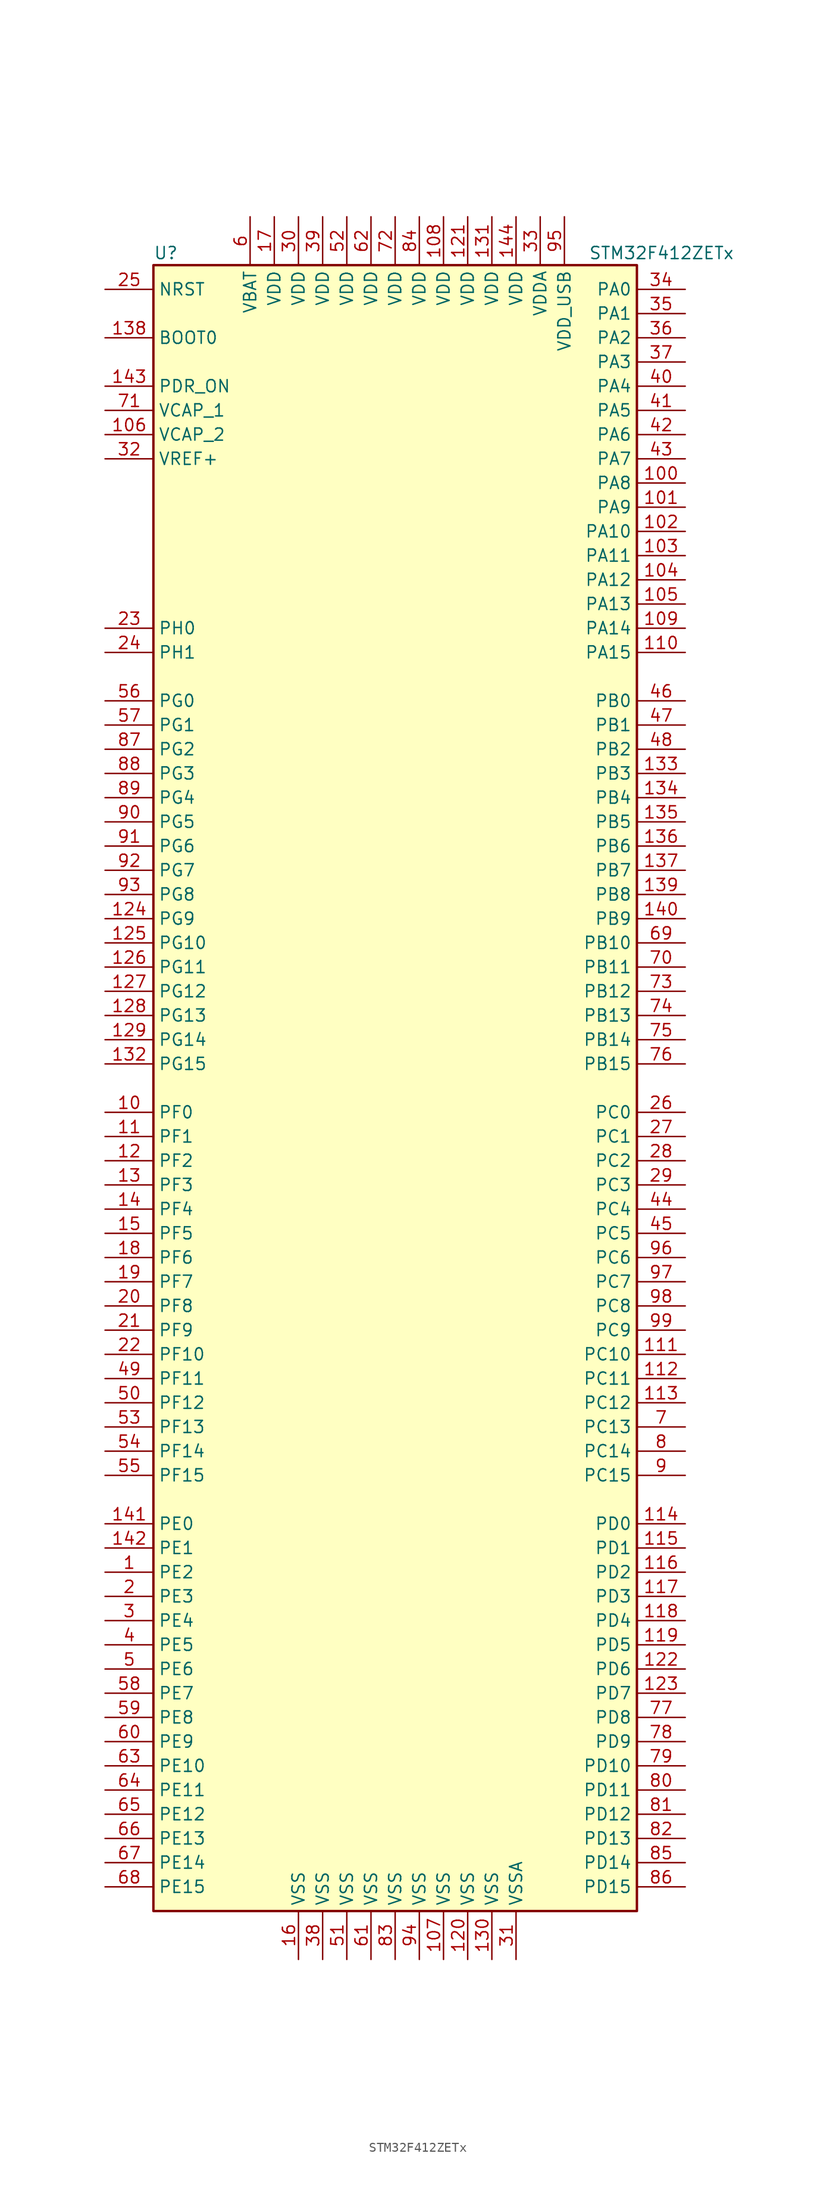
<source format=kicad_sym>
(kicad_symbol_lib
  (version 20201005)
  (generator kicad_symbol_editor)
  (symbol "STM32F412ZETx"
    (property "Reference" "U"
      (at -25.4 87.63 0)
      (effects (font (size 1.27 1.27)) (justify left)))
    (property "Value" "STM32F412ZETx"
      (at 20.32 87.63 0)
      (effects (font (size 1.27 1.27)) (justify left)))
    (symbol "STM32F412ZETx_0_1"
      (rectangle (start -25.4 -86.36) (end 25.4 86.36) (stroke (width 0.254)) (fill (type background))))
    (symbol "STM32F412ZETx_1_1"
      (pin input line (at -30.48 78.74 0) (length 5.08) (name "BOOT0" (effects (font (size 1.27 1.27)))) (number "138" (effects (font (size 1.27 1.27)))))
      (pin input line (at -30.48 83.82 0) (length 5.08) (name "NRST" (effects (font (size 1.27 1.27)))) (number "25" (effects (font (size 1.27 1.27)))))
      (pin bidirectional line (at 30.48 83.82 180) (length 5.08) (name "PA0" (effects (font (size 1.27 1.27)))) (number "34" (effects (font (size 1.27 1.27)))))
      (pin bidirectional line (at 30.48 81.28 180) (length 5.08) (name "PA1" (effects (font (size 1.27 1.27)))) (number "35" (effects (font (size 1.27 1.27)))))
      (pin bidirectional line (at 30.48 58.42 180) (length 5.08) (name "PA10" (effects (font (size 1.27 1.27)))) (number "102" (effects (font (size 1.27 1.27)))))
      (pin bidirectional line (at 30.48 55.88 180) (length 5.08) (name "PA11" (effects (font (size 1.27 1.27)))) (number "103" (effects (font (size 1.27 1.27)))))
      (pin bidirectional line (at 30.48 53.34 180) (length 5.08) (name "PA12" (effects (font (size 1.27 1.27)))) (number "104" (effects (font (size 1.27 1.27)))))
      (pin bidirectional line (at 30.48 50.8 180) (length 5.08) (name "PA13" (effects (font (size 1.27 1.27)))) (number "105" (effects (font (size 1.27 1.27)))))
      (pin bidirectional line (at 30.48 48.26 180) (length 5.08) (name "PA14" (effects (font (size 1.27 1.27)))) (number "109" (effects (font (size 1.27 1.27)))))
      (pin bidirectional line (at 30.48 45.72 180) (length 5.08) (name "PA15" (effects (font (size 1.27 1.27)))) (number "110" (effects (font (size 1.27 1.27)))))
      (pin bidirectional line (at 30.48 78.74 180) (length 5.08) (name "PA2" (effects (font (size 1.27 1.27)))) (number "36" (effects (font (size 1.27 1.27)))))
      (pin bidirectional line (at 30.48 76.2 180) (length 5.08) (name "PA3" (effects (font (size 1.27 1.27)))) (number "37" (effects (font (size 1.27 1.27)))))
      (pin bidirectional line (at 30.48 73.66 180) (length 5.08) (name "PA4" (effects (font (size 1.27 1.27)))) (number "40" (effects (font (size 1.27 1.27)))))
      (pin bidirectional line (at 30.48 71.12 180) (length 5.08) (name "PA5" (effects (font (size 1.27 1.27)))) (number "41" (effects (font (size 1.27 1.27)))))
      (pin bidirectional line (at 30.48 68.58 180) (length 5.08) (name "PA6" (effects (font (size 1.27 1.27)))) (number "42" (effects (font (size 1.27 1.27)))))
      (pin bidirectional line (at 30.48 66.04 180) (length 5.08) (name "PA7" (effects (font (size 1.27 1.27)))) (number "43" (effects (font (size 1.27 1.27)))))
      (pin bidirectional line (at 30.48 63.5 180) (length 5.08) (name "PA8" (effects (font (size 1.27 1.27)))) (number "100" (effects (font (size 1.27 1.27)))))
      (pin bidirectional line (at 30.48 60.96 180) (length 5.08) (name "PA9" (effects (font (size 1.27 1.27)))) (number "101" (effects (font (size 1.27 1.27)))))
      (pin bidirectional line (at 30.48 40.64 180) (length 5.08) (name "PB0" (effects (font (size 1.27 1.27)))) (number "46" (effects (font (size 1.27 1.27)))))
      (pin bidirectional line (at 30.48 38.1 180) (length 5.08) (name "PB1" (effects (font (size 1.27 1.27)))) (number "47" (effects (font (size 1.27 1.27)))))
      (pin bidirectional line (at 30.48 15.24 180) (length 5.08) (name "PB10" (effects (font (size 1.27 1.27)))) (number "69" (effects (font (size 1.27 1.27)))))
      (pin bidirectional line (at 30.48 12.7 180) (length 5.08) (name "PB11" (effects (font (size 1.27 1.27)))) (number "70" (effects (font (size 1.27 1.27)))))
      (pin bidirectional line (at 30.48 10.16 180) (length 5.08) (name "PB12" (effects (font (size 1.27 1.27)))) (number "73" (effects (font (size 1.27 1.27)))))
      (pin bidirectional line (at 30.48 7.62 180) (length 5.08) (name "PB13" (effects (font (size 1.27 1.27)))) (number "74" (effects (font (size 1.27 1.27)))))
      (pin bidirectional line (at 30.48 5.08 180) (length 5.08) (name "PB14" (effects (font (size 1.27 1.27)))) (number "75" (effects (font (size 1.27 1.27)))))
      (pin bidirectional line (at 30.48 2.54 180) (length 5.08) (name "PB15" (effects (font (size 1.27 1.27)))) (number "76" (effects (font (size 1.27 1.27)))))
      (pin bidirectional line (at 30.48 35.56 180) (length 5.08) (name "PB2" (effects (font (size 1.27 1.27)))) (number "48" (effects (font (size 1.27 1.27)))))
      (pin bidirectional line (at 30.48 33.02 180) (length 5.08) (name "PB3" (effects (font (size 1.27 1.27)))) (number "133" (effects (font (size 1.27 1.27)))))
      (pin bidirectional line (at 30.48 30.48 180) (length 5.08) (name "PB4" (effects (font (size 1.27 1.27)))) (number "134" (effects (font (size 1.27 1.27)))))
      (pin bidirectional line (at 30.48 27.94 180) (length 5.08) (name "PB5" (effects (font (size 1.27 1.27)))) (number "135" (effects (font (size 1.27 1.27)))))
      (pin bidirectional line (at 30.48 25.4 180) (length 5.08) (name "PB6" (effects (font (size 1.27 1.27)))) (number "136" (effects (font (size 1.27 1.27)))))
      (pin bidirectional line (at 30.48 22.86 180) (length 5.08) (name "PB7" (effects (font (size 1.27 1.27)))) (number "137" (effects (font (size 1.27 1.27)))))
      (pin bidirectional line (at 30.48 20.32 180) (length 5.08) (name "PB8" (effects (font (size 1.27 1.27)))) (number "139" (effects (font (size 1.27 1.27)))))
      (pin bidirectional line (at 30.48 17.78 180) (length 5.08) (name "PB9" (effects (font (size 1.27 1.27)))) (number "140" (effects (font (size 1.27 1.27)))))
      (pin bidirectional line (at 30.48 -2.54 180) (length 5.08) (name "PC0" (effects (font (size 1.27 1.27)))) (number "26" (effects (font (size 1.27 1.27)))))
      (pin bidirectional line (at 30.48 -5.08 180) (length 5.08) (name "PC1" (effects (font (size 1.27 1.27)))) (number "27" (effects (font (size 1.27 1.27)))))
      (pin bidirectional line (at 30.48 -27.94 180) (length 5.08) (name "PC10" (effects (font (size 1.27 1.27)))) (number "111" (effects (font (size 1.27 1.27)))))
      (pin bidirectional line (at 30.48 -30.48 180) (length 5.08) (name "PC11" (effects (font (size 1.27 1.27)))) (number "112" (effects (font (size 1.27 1.27)))))
      (pin bidirectional line (at 30.48 -33.02 180) (length 5.08) (name "PC12" (effects (font (size 1.27 1.27)))) (number "113" (effects (font (size 1.27 1.27)))))
      (pin bidirectional line (at 30.48 -35.56 180) (length 5.08) (name "PC13" (effects (font (size 1.27 1.27)))) (number "7" (effects (font (size 1.27 1.27)))))
      (pin bidirectional line (at 30.48 -38.1 180) (length 5.08) (name "PC14" (effects (font (size 1.27 1.27)))) (number "8" (effects (font (size 1.27 1.27)))))
      (pin bidirectional line (at 30.48 -40.64 180) (length 5.08) (name "PC15" (effects (font (size 1.27 1.27)))) (number "9" (effects (font (size 1.27 1.27)))))
      (pin bidirectional line (at 30.48 -7.62 180) (length 5.08) (name "PC2" (effects (font (size 1.27 1.27)))) (number "28" (effects (font (size 1.27 1.27)))))
      (pin bidirectional line (at 30.48 -10.16 180) (length 5.08) (name "PC3" (effects (font (size 1.27 1.27)))) (number "29" (effects (font (size 1.27 1.27)))))
      (pin bidirectional line (at 30.48 -12.7 180) (length 5.08) (name "PC4" (effects (font (size 1.27 1.27)))) (number "44" (effects (font (size 1.27 1.27)))))
      (pin bidirectional line (at 30.48 -15.24 180) (length 5.08) (name "PC5" (effects (font (size 1.27 1.27)))) (number "45" (effects (font (size 1.27 1.27)))))
      (pin bidirectional line (at 30.48 -17.78 180) (length 5.08) (name "PC6" (effects (font (size 1.27 1.27)))) (number "96" (effects (font (size 1.27 1.27)))))
      (pin bidirectional line (at 30.48 -20.32 180) (length 5.08) (name "PC7" (effects (font (size 1.27 1.27)))) (number "97" (effects (font (size 1.27 1.27)))))
      (pin bidirectional line (at 30.48 -22.86 180) (length 5.08) (name "PC8" (effects (font (size 1.27 1.27)))) (number "98" (effects (font (size 1.27 1.27)))))
      (pin bidirectional line (at 30.48 -25.4 180) (length 5.08) (name "PC9" (effects (font (size 1.27 1.27)))) (number "99" (effects (font (size 1.27 1.27)))))
      (pin bidirectional line (at 30.48 -45.72 180) (length 5.08) (name "PD0" (effects (font (size 1.27 1.27)))) (number "114" (effects (font (size 1.27 1.27)))))
      (pin bidirectional line (at 30.48 -48.26 180) (length 5.08) (name "PD1" (effects (font (size 1.27 1.27)))) (number "115" (effects (font (size 1.27 1.27)))))
      (pin bidirectional line (at 30.48 -71.12 180) (length 5.08) (name "PD10" (effects (font (size 1.27 1.27)))) (number "79" (effects (font (size 1.27 1.27)))))
      (pin bidirectional line (at 30.48 -73.66 180) (length 5.08) (name "PD11" (effects (font (size 1.27 1.27)))) (number "80" (effects (font (size 1.27 1.27)))))
      (pin bidirectional line (at 30.48 -76.2 180) (length 5.08) (name "PD12" (effects (font (size 1.27 1.27)))) (number "81" (effects (font (size 1.27 1.27)))))
      (pin bidirectional line (at 30.48 -78.74 180) (length 5.08) (name "PD13" (effects (font (size 1.27 1.27)))) (number "82" (effects (font (size 1.27 1.27)))))
      (pin bidirectional line (at 30.48 -81.28 180) (length 5.08) (name "PD14" (effects (font (size 1.27 1.27)))) (number "85" (effects (font (size 1.27 1.27)))))
      (pin bidirectional line (at 30.48 -83.82 180) (length 5.08) (name "PD15" (effects (font (size 1.27 1.27)))) (number "86" (effects (font (size 1.27 1.27)))))
      (pin bidirectional line (at 30.48 -50.8 180) (length 5.08) (name "PD2" (effects (font (size 1.27 1.27)))) (number "116" (effects (font (size 1.27 1.27)))))
      (pin bidirectional line (at 30.48 -53.34 180) (length 5.08) (name "PD3" (effects (font (size 1.27 1.27)))) (number "117" (effects (font (size 1.27 1.27)))))
      (pin bidirectional line (at 30.48 -55.88 180) (length 5.08) (name "PD4" (effects (font (size 1.27 1.27)))) (number "118" (effects (font (size 1.27 1.27)))))
      (pin bidirectional line (at 30.48 -58.42 180) (length 5.08) (name "PD5" (effects (font (size 1.27 1.27)))) (number "119" (effects (font (size 1.27 1.27)))))
      (pin bidirectional line (at 30.48 -60.96 180) (length 5.08) (name "PD6" (effects (font (size 1.27 1.27)))) (number "122" (effects (font (size 1.27 1.27)))))
      (pin bidirectional line (at 30.48 -63.5 180) (length 5.08) (name "PD7" (effects (font (size 1.27 1.27)))) (number "123" (effects (font (size 1.27 1.27)))))
      (pin bidirectional line (at 30.48 -66.04 180) (length 5.08) (name "PD8" (effects (font (size 1.27 1.27)))) (number "77" (effects (font (size 1.27 1.27)))))
      (pin bidirectional line (at 30.48 -68.58 180) (length 5.08) (name "PD9" (effects (font (size 1.27 1.27)))) (number "78" (effects (font (size 1.27 1.27)))))
      (pin power_in line (at -30.48 73.66 0) (length 5.08) (name "PDR_ON" (effects (font (size 1.27 1.27)))) (number "143" (effects (font (size 1.27 1.27)))))
      (pin bidirectional line (at -30.48 -45.72 0) (length 5.08) (name "PE0" (effects (font (size 1.27 1.27)))) (number "141" (effects (font (size 1.27 1.27)))))
      (pin bidirectional line (at -30.48 -48.26 0) (length 5.08) (name "PE1" (effects (font (size 1.27 1.27)))) (number "142" (effects (font (size 1.27 1.27)))))
      (pin bidirectional line (at -30.48 -71.12 0) (length 5.08) (name "PE10" (effects (font (size 1.27 1.27)))) (number "63" (effects (font (size 1.27 1.27)))))
      (pin bidirectional line (at -30.48 -73.66 0) (length 5.08) (name "PE11" (effects (font (size 1.27 1.27)))) (number "64" (effects (font (size 1.27 1.27)))))
      (pin bidirectional line (at -30.48 -76.2 0) (length 5.08) (name "PE12" (effects (font (size 1.27 1.27)))) (number "65" (effects (font (size 1.27 1.27)))))
      (pin bidirectional line (at -30.48 -78.74 0) (length 5.08) (name "PE13" (effects (font (size 1.27 1.27)))) (number "66" (effects (font (size 1.27 1.27)))))
      (pin bidirectional line (at -30.48 -81.28 0) (length 5.08) (name "PE14" (effects (font (size 1.27 1.27)))) (number "67" (effects (font (size 1.27 1.27)))))
      (pin bidirectional line (at -30.48 -83.82 0) (length 5.08) (name "PE15" (effects (font (size 1.27 1.27)))) (number "68" (effects (font (size 1.27 1.27)))))
      (pin bidirectional line (at -30.48 -50.8 0) (length 5.08) (name "PE2" (effects (font (size 1.27 1.27)))) (number "1" (effects (font (size 1.27 1.27)))))
      (pin bidirectional line (at -30.48 -53.34 0) (length 5.08) (name "PE3" (effects (font (size 1.27 1.27)))) (number "2" (effects (font (size 1.27 1.27)))))
      (pin bidirectional line (at -30.48 -55.88 0) (length 5.08) (name "PE4" (effects (font (size 1.27 1.27)))) (number "3" (effects (font (size 1.27 1.27)))))
      (pin bidirectional line (at -30.48 -58.42 0) (length 5.08) (name "PE5" (effects (font (size 1.27 1.27)))) (number "4" (effects (font (size 1.27 1.27)))))
      (pin bidirectional line (at -30.48 -60.96 0) (length 5.08) (name "PE6" (effects (font (size 1.27 1.27)))) (number "5" (effects (font (size 1.27 1.27)))))
      (pin bidirectional line (at -30.48 -63.5 0) (length 5.08) (name "PE7" (effects (font (size 1.27 1.27)))) (number "58" (effects (font (size 1.27 1.27)))))
      (pin bidirectional line (at -30.48 -66.04 0) (length 5.08) (name "PE8" (effects (font (size 1.27 1.27)))) (number "59" (effects (font (size 1.27 1.27)))))
      (pin bidirectional line (at -30.48 -68.58 0) (length 5.08) (name "PE9" (effects (font (size 1.27 1.27)))) (number "60" (effects (font (size 1.27 1.27)))))
      (pin bidirectional line (at -30.48 -2.54 0) (length 5.08) (name "PF0" (effects (font (size 1.27 1.27)))) (number "10" (effects (font (size 1.27 1.27)))))
      (pin bidirectional line (at -30.48 -5.08 0) (length 5.08) (name "PF1" (effects (font (size 1.27 1.27)))) (number "11" (effects (font (size 1.27 1.27)))))
      (pin bidirectional line (at -30.48 -27.94 0) (length 5.08) (name "PF10" (effects (font (size 1.27 1.27)))) (number "22" (effects (font (size 1.27 1.27)))))
      (pin bidirectional line (at -30.48 -30.48 0) (length 5.08) (name "PF11" (effects (font (size 1.27 1.27)))) (number "49" (effects (font (size 1.27 1.27)))))
      (pin bidirectional line (at -30.48 -33.02 0) (length 5.08) (name "PF12" (effects (font (size 1.27 1.27)))) (number "50" (effects (font (size 1.27 1.27)))))
      (pin bidirectional line (at -30.48 -35.56 0) (length 5.08) (name "PF13" (effects (font (size 1.27 1.27)))) (number "53" (effects (font (size 1.27 1.27)))))
      (pin bidirectional line (at -30.48 -38.1 0) (length 5.08) (name "PF14" (effects (font (size 1.27 1.27)))) (number "54" (effects (font (size 1.27 1.27)))))
      (pin bidirectional line (at -30.48 -40.64 0) (length 5.08) (name "PF15" (effects (font (size 1.27 1.27)))) (number "55" (effects (font (size 1.27 1.27)))))
      (pin bidirectional line (at -30.48 -7.62 0) (length 5.08) (name "PF2" (effects (font (size 1.27 1.27)))) (number "12" (effects (font (size 1.27 1.27)))))
      (pin bidirectional line (at -30.48 -10.16 0) (length 5.08) (name "PF3" (effects (font (size 1.27 1.27)))) (number "13" (effects (font (size 1.27 1.27)))))
      (pin bidirectional line (at -30.48 -12.7 0) (length 5.08) (name "PF4" (effects (font (size 1.27 1.27)))) (number "14" (effects (font (size 1.27 1.27)))))
      (pin bidirectional line (at -30.48 -15.24 0) (length 5.08) (name "PF5" (effects (font (size 1.27 1.27)))) (number "15" (effects (font (size 1.27 1.27)))))
      (pin bidirectional line (at -30.48 -17.78 0) (length 5.08) (name "PF6" (effects (font (size 1.27 1.27)))) (number "18" (effects (font (size 1.27 1.27)))))
      (pin bidirectional line (at -30.48 -20.32 0) (length 5.08) (name "PF7" (effects (font (size 1.27 1.27)))) (number "19" (effects (font (size 1.27 1.27)))))
      (pin bidirectional line (at -30.48 -22.86 0) (length 5.08) (name "PF8" (effects (font (size 1.27 1.27)))) (number "20" (effects (font (size 1.27 1.27)))))
      (pin bidirectional line (at -30.48 -25.4 0) (length 5.08) (name "PF9" (effects (font (size 1.27 1.27)))) (number "21" (effects (font (size 1.27 1.27)))))
      (pin bidirectional line (at -30.48 40.64 0) (length 5.08) (name "PG0" (effects (font (size 1.27 1.27)))) (number "56" (effects (font (size 1.27 1.27)))))
      (pin bidirectional line (at -30.48 38.1 0) (length 5.08) (name "PG1" (effects (font (size 1.27 1.27)))) (number "57" (effects (font (size 1.27 1.27)))))
      (pin bidirectional line (at -30.48 15.24 0) (length 5.08) (name "PG10" (effects (font (size 1.27 1.27)))) (number "125" (effects (font (size 1.27 1.27)))))
      (pin bidirectional line (at -30.48 12.7 0) (length 5.08) (name "PG11" (effects (font (size 1.27 1.27)))) (number "126" (effects (font (size 1.27 1.27)))))
      (pin bidirectional line (at -30.48 10.16 0) (length 5.08) (name "PG12" (effects (font (size 1.27 1.27)))) (number "127" (effects (font (size 1.27 1.27)))))
      (pin bidirectional line (at -30.48 7.62 0) (length 5.08) (name "PG13" (effects (font (size 1.27 1.27)))) (number "128" (effects (font (size 1.27 1.27)))))
      (pin bidirectional line (at -30.48 5.08 0) (length 5.08) (name "PG14" (effects (font (size 1.27 1.27)))) (number "129" (effects (font (size 1.27 1.27)))))
      (pin bidirectional line (at -30.48 2.54 0) (length 5.08) (name "PG15" (effects (font (size 1.27 1.27)))) (number "132" (effects (font (size 1.27 1.27)))))
      (pin bidirectional line (at -30.48 35.56 0) (length 5.08) (name "PG2" (effects (font (size 1.27 1.27)))) (number "87" (effects (font (size 1.27 1.27)))))
      (pin bidirectional line (at -30.48 33.02 0) (length 5.08) (name "PG3" (effects (font (size 1.27 1.27)))) (number "88" (effects (font (size 1.27 1.27)))))
      (pin bidirectional line (at -30.48 30.48 0) (length 5.08) (name "PG4" (effects (font (size 1.27 1.27)))) (number "89" (effects (font (size 1.27 1.27)))))
      (pin bidirectional line (at -30.48 27.94 0) (length 5.08) (name "PG5" (effects (font (size 1.27 1.27)))) (number "90" (effects (font (size 1.27 1.27)))))
      (pin bidirectional line (at -30.48 25.4 0) (length 5.08) (name "PG6" (effects (font (size 1.27 1.27)))) (number "91" (effects (font (size 1.27 1.27)))))
      (pin bidirectional line (at -30.48 22.86 0) (length 5.08) (name "PG7" (effects (font (size 1.27 1.27)))) (number "92" (effects (font (size 1.27 1.27)))))
      (pin bidirectional line (at -30.48 20.32 0) (length 5.08) (name "PG8" (effects (font (size 1.27 1.27)))) (number "93" (effects (font (size 1.27 1.27)))))
      (pin bidirectional line (at -30.48 17.78 0) (length 5.08) (name "PG9" (effects (font (size 1.27 1.27)))) (number "124" (effects (font (size 1.27 1.27)))))
      (pin input line (at -30.48 48.26 0) (length 5.08) (name "PH0" (effects (font (size 1.27 1.27)))) (number "23" (effects (font (size 1.27 1.27)))))
      (pin input line (at -30.48 45.72 0) (length 5.08) (name "PH1" (effects (font (size 1.27 1.27)))) (number "24" (effects (font (size 1.27 1.27)))))
      (pin power_in line (at -15.24 91.44 270) (length 5.08) (name "VBAT" (effects (font (size 1.27 1.27)))) (number "6" (effects (font (size 1.27 1.27)))))
      (pin power_in line (at -30.48 71.12 0) (length 5.08) (name "VCAP_1" (effects (font (size 1.27 1.27)))) (number "71" (effects (font (size 1.27 1.27)))))
      (pin power_in line (at -30.48 68.58 0) (length 5.08) (name "VCAP_2" (effects (font (size 1.27 1.27)))) (number "106" (effects (font (size 1.27 1.27)))))
      (pin power_in line (at 5.08 91.44 270) (length 5.08) (name "VDD" (effects (font (size 1.27 1.27)))) (number "108" (effects (font (size 1.27 1.27)))))
      (pin power_in line (at 7.62 91.44 270) (length 5.08) (name "VDD" (effects (font (size 1.27 1.27)))) (number "121" (effects (font (size 1.27 1.27)))))
      (pin power_in line (at 10.16 91.44 270) (length 5.08) (name "VDD" (effects (font (size 1.27 1.27)))) (number "131" (effects (font (size 1.27 1.27)))))
      (pin power_in line (at 12.7 91.44 270) (length 5.08) (name "VDD" (effects (font (size 1.27 1.27)))) (number "144" (effects (font (size 1.27 1.27)))))
      (pin power_in line (at -12.7 91.44 270) (length 5.08) (name "VDD" (effects (font (size 1.27 1.27)))) (number "17" (effects (font (size 1.27 1.27)))))
      (pin power_in line (at -10.16 91.44 270) (length 5.08) (name "VDD" (effects (font (size 1.27 1.27)))) (number "30" (effects (font (size 1.27 1.27)))))
      (pin power_in line (at -7.62 91.44 270) (length 5.08) (name "VDD" (effects (font (size 1.27 1.27)))) (number "39" (effects (font (size 1.27 1.27)))))
      (pin power_in line (at -5.08 91.44 270) (length 5.08) (name "VDD" (effects (font (size 1.27 1.27)))) (number "52" (effects (font (size 1.27 1.27)))))
      (pin power_in line (at -2.54 91.44 270) (length 5.08) (name "VDD" (effects (font (size 1.27 1.27)))) (number "62" (effects (font (size 1.27 1.27)))))
      (pin power_in line (at 0 91.44 270) (length 5.08) (name "VDD" (effects (font (size 1.27 1.27)))) (number "72" (effects (font (size 1.27 1.27)))))
      (pin power_in line (at 2.54 91.44 270) (length 5.08) (name "VDD" (effects (font (size 1.27 1.27)))) (number "84" (effects (font (size 1.27 1.27)))))
      (pin power_in line (at 15.24 91.44 270) (length 5.08) (name "VDDA" (effects (font (size 1.27 1.27)))) (number "33" (effects (font (size 1.27 1.27)))))
      (pin power_in line (at 17.78 91.44 270) (length 5.08) (name "VDD_USB" (effects (font (size 1.27 1.27)))) (number "95" (effects (font (size 1.27 1.27)))))
      (pin power_in line (at -30.48 66.04 0) (length 5.08) (name "VREF+" (effects (font (size 1.27 1.27)))) (number "32" (effects (font (size 1.27 1.27)))))
      (pin power_in line (at 5.08 -91.44 90) (length 5.08) (name "VSS" (effects (font (size 1.27 1.27)))) (number "107" (effects (font (size 1.27 1.27)))))
      (pin power_in line (at 7.62 -91.44 90) (length 5.08) (name "VSS" (effects (font (size 1.27 1.27)))) (number "120" (effects (font (size 1.27 1.27)))))
      (pin power_in line (at 10.16 -91.44 90) (length 5.08) (name "VSS" (effects (font (size 1.27 1.27)))) (number "130" (effects (font (size 1.27 1.27)))))
      (pin power_in line (at -10.16 -91.44 90) (length 5.08) (name "VSS" (effects (font (size 1.27 1.27)))) (number "16" (effects (font (size 1.27 1.27)))))
      (pin power_in line (at -7.62 -91.44 90) (length 5.08) (name "VSS" (effects (font (size 1.27 1.27)))) (number "38" (effects (font (size 1.27 1.27)))))
      (pin power_in line (at -5.08 -91.44 90) (length 5.08) (name "VSS" (effects (font (size 1.27 1.27)))) (number "51" (effects (font (size 1.27 1.27)))))
      (pin power_in line (at -2.54 -91.44 90) (length 5.08) (name "VSS" (effects (font (size 1.27 1.27)))) (number "61" (effects (font (size 1.27 1.27)))))
      (pin power_in line (at 0 -91.44 90) (length 5.08) (name "VSS" (effects (font (size 1.27 1.27)))) (number "83" (effects (font (size 1.27 1.27)))))
      (pin power_in line (at 2.54 -91.44 90) (length 5.08) (name "VSS" (effects (font (size 1.27 1.27)))) (number "94" (effects (font (size 1.27 1.27)))))
      (pin power_in line (at 12.7 -91.44 90) (length 5.08) (name "VSSA" (effects (font (size 1.27 1.27)))) (number "31" (effects (font (size 1.27 1.27))))))))
</source>
